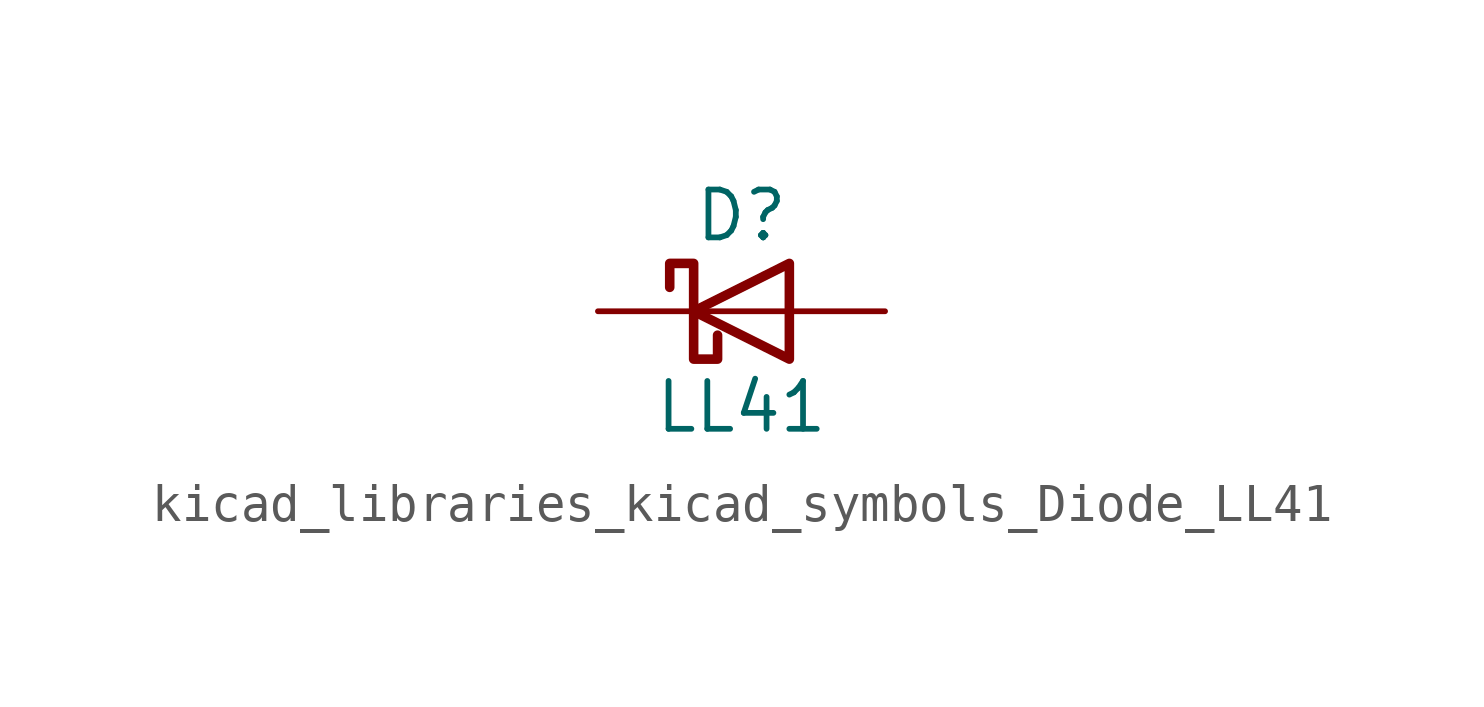
<source format=kicad_sym>
(kicad_symbol_lib
  (version 20220914)
  (generator kicad_symbol_editor)
  (symbol "kicad_libraries_kicad_symbols_Diode_LL41"
    (pin_numbers hide)
    (pin_names
      (offset 1.016) hide)
    (property "Reference" "D"
      (at 0 2.54 0)
      (effects (font (size 1.27 1.27))))
    (property "Value" "LL41"
      (at 0 -2.54 0)
      (effects (font (size 1.27 1.27))))
    (symbol "kicad_libraries_kicad_symbols_Diode_LL41_0_1"
      (polyline (pts (xy 1.27 0) (xy -1.27 0)) (stroke (width 0) (type default)) (fill (type none)))
      (polyline (pts (xy 1.27 1.27) (xy 1.27 -1.27) (xy -1.27 0) (xy 1.27 1.27)) (stroke (width 0.254) (type default)) (fill (type none)))
      (polyline (pts (xy -1.905 0.635) (xy -1.905 1.27) (xy -1.27 1.27) (xy -1.27 -1.27) (xy -0.635 -1.27) (xy -0.635 -0.635)) (stroke (width 0.254) (type default)) (fill (type none))))
    (symbol "kicad_libraries_kicad_symbols_Diode_LL41_1_1"
      (pin passive line (at -3.81 0 0) (length 2.54) (name "K" (effects (font (size 1.27 1.27)))) (number "1" (effects (font (size 1.27 1.27)))))
      (pin passive line (at 3.81 0 180) (length 2.54) (name "A" (effects (font (size 1.27 1.27)))) (number "2" (effects (font (size 1.27 1.27))))))))
</source>
